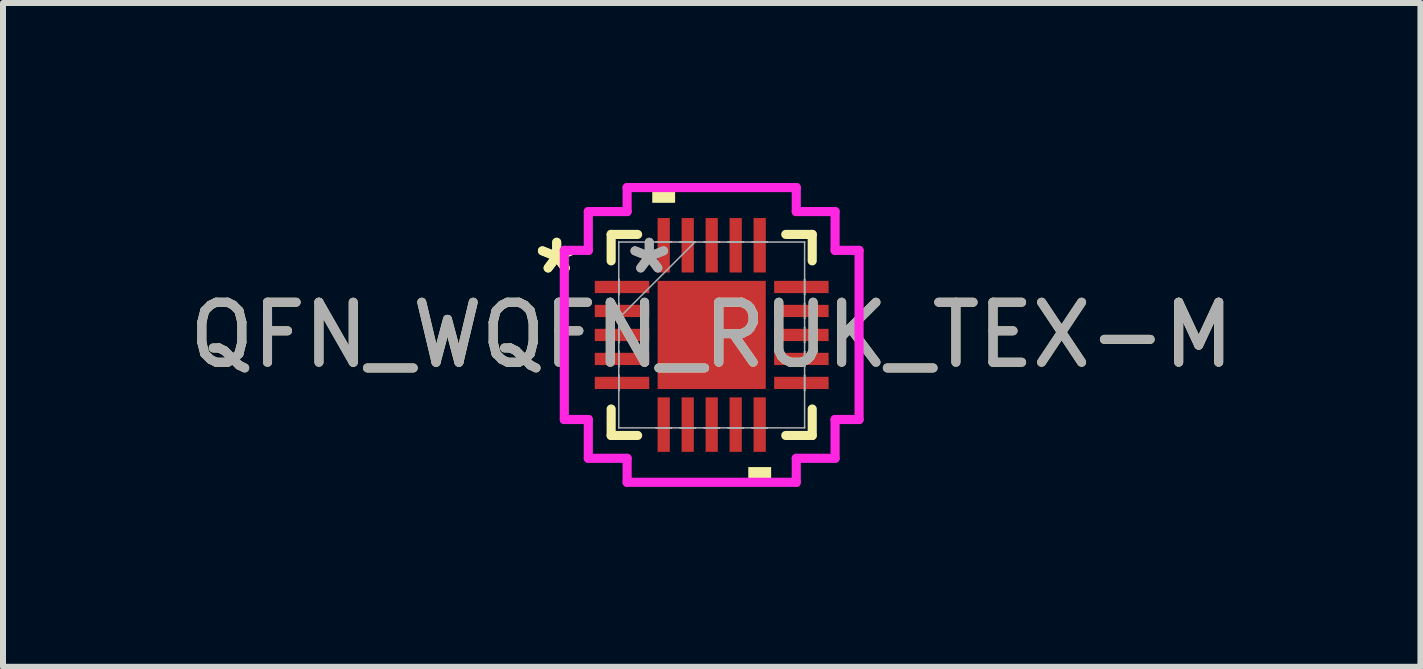
<source format=kicad_pcb>
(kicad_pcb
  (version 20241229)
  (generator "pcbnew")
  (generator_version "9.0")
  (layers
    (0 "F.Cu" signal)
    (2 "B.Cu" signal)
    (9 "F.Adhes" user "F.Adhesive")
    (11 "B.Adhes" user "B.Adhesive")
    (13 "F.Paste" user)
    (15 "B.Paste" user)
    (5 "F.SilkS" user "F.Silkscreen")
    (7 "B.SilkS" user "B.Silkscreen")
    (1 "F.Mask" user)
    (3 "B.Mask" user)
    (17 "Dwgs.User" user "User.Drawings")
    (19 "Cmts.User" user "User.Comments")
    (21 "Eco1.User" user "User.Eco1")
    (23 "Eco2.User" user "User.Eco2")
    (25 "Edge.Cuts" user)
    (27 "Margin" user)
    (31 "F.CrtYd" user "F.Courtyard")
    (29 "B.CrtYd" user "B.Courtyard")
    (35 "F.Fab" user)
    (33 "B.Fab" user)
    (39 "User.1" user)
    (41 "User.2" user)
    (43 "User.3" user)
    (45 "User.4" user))
  (footprint "QFN_WQFN_RUK_TEX-M"
    (layer "F.Cu")
    (at 8.815 2.534)
    (property "Reference" "QFN_WQFN_RUK_TEX-M" (at 0 0 0) (unlocked yes) (layer "F.SilkS") (effects (font (size 1 1) (thickness 0.15))))
    (attr smd)
    (fp_line (start -1.676 -1.676) (end -1.676 -1.235) (stroke (width 0.152) (type solid)) (layer "F.SilkS"))
    (fp_line (start -1.676 1.235) (end -1.676 1.676) (stroke (width 0.152) (type solid)) (layer "F.SilkS"))
    (fp_line (start -1.676 1.676) (end -1.235 1.676) (stroke (width 0.152) (type solid)) (layer "F.SilkS"))
    (fp_line (start -1.235 -1.676) (end -1.676 -1.676) (stroke (width 0.152) (type solid)) (layer "F.SilkS"))
    (fp_line (start 1.235 1.676) (end 1.676 1.676) (stroke (width 0.152) (type solid)) (layer "F.SilkS"))
    (fp_line (start 1.676 -1.676) (end 1.235 -1.676) (stroke (width 0.152) (type solid)) (layer "F.SilkS"))
    (fp_line (start 1.676 -1.235) (end 1.676 -1.676) (stroke (width 0.152) (type solid)) (layer "F.SilkS"))
    (fp_line (start 1.676 1.676) (end 1.676 1.235) (stroke (width 0.152) (type solid)) (layer "F.SilkS"))
    (fp_poly (pts (xy -0.991 -2.203) (xy -0.991 -2.457) (xy -0.61 -2.457) (xy -0.61 -2.203)) (stroke (width 0) (type solid)) (fill yes) (layer "F.SilkS"))
    (fp_poly (pts (xy 0.61 2.203) (xy 0.61 2.457) (xy 0.991 2.457) (xy 0.991 2.203)) (stroke (width 0) (type solid)) (fill yes) (layer "F.SilkS"))
    (fp_line (start -2.457 -1.41) (end -2.057 -1.41) (stroke (width 0.152) (type solid)) (layer "F.CrtYd"))
    (fp_line (start -2.457 1.41) (end -2.457 -1.41) (stroke (width 0.152) (type solid)) (layer "F.CrtYd"))
    (fp_line (start -2.057 -2.057) (end -1.41 -2.057) (stroke (width 0.152) (type solid)) (layer "F.CrtYd"))
    (fp_line (start -2.057 -1.41) (end -2.057 -2.057) (stroke (width 0.152) (type solid)) (layer "F.CrtYd"))
    (fp_line (start -2.057 1.41) (end -2.457 1.41) (stroke (width 0.152) (type solid)) (layer "F.CrtYd"))
    (fp_line (start -2.057 2.057) (end -2.057 1.41) (stroke (width 0.152) (type solid)) (layer "F.CrtYd"))
    (fp_line (start -1.41 -2.457) (end 1.41 -2.457) (stroke (width 0.152) (type solid)) (layer "F.CrtYd"))
    (fp_line (start -1.41 -2.057) (end -1.41 -2.457) (stroke (width 0.152) (type solid)) (layer "F.CrtYd"))
    (fp_line (start -1.41 2.057) (end -2.057 2.057) (stroke (width 0.152) (type solid)) (layer "F.CrtYd"))
    (fp_line (start -1.41 2.457) (end -1.41 2.057) (stroke (width 0.152) (type solid)) (layer "F.CrtYd"))
    (fp_line (start 1.41 -2.457) (end 1.41 -2.057) (stroke (width 0.152) (type solid)) (layer "F.CrtYd"))
    (fp_line (start 1.41 -2.057) (end 2.057 -2.057) (stroke (width 0.152) (type solid)) (layer "F.CrtYd"))
    (fp_line (start 1.41 2.057) (end 1.41 2.457) (stroke (width 0.152) (type solid)) (layer "F.CrtYd"))
    (fp_line (start 1.41 2.457) (end -1.41 2.457) (stroke (width 0.152) (type solid)) (layer "F.CrtYd"))
    (fp_line (start 2.057 -2.057) (end 2.057 -1.41) (stroke (width 0.152) (type solid)) (layer "F.CrtYd"))
    (fp_line (start 2.057 -1.41) (end 2.457 -1.41) (stroke (width 0.152) (type solid)) (layer "F.CrtYd"))
    (fp_line (start 2.057 1.41) (end 2.057 2.057) (stroke (width 0.152) (type solid)) (layer "F.CrtYd"))
    (fp_line (start 2.057 2.057) (end 1.41 2.057) (stroke (width 0.152) (type solid)) (layer "F.CrtYd"))
    (fp_line (start 2.457 -1.41) (end 2.457 1.41) (stroke (width 0.152) (type solid)) (layer "F.CrtYd"))
    (fp_line (start 2.457 1.41) (end 2.057 1.41) (stroke (width 0.152) (type solid)) (layer "F.CrtYd"))
    (fp_line (start -1.549 -1.549) (end -1.549 -1.549) (stroke (width 0.025) (type solid)) (layer "F.Fab"))
    (fp_line (start -1.549 -1.549) (end -1.549 1.549) (stroke (width 0.025) (type solid)) (layer "F.Fab"))
    (fp_line (start -1.549 -0.927) (end -1.549 -0.927) (stroke (width 0.025) (type solid)) (layer "F.Fab"))
    (fp_line (start -1.549 -0.927) (end -1.549 -0.673) (stroke (width 0.025) (type solid)) (layer "F.Fab"))
    (fp_line (start -1.549 -0.673) (end -1.549 -0.927) (stroke (width 0.025) (type solid)) (layer "F.Fab"))
    (fp_line (start -1.549 -0.673) (end -1.549 -0.673) (stroke (width 0.025) (type solid)) (layer "F.Fab"))
    (fp_line (start -1.549 -0.527) (end -1.549 -0.527) (stroke (width 0.025) (type solid)) (layer "F.Fab"))
    (fp_line (start -1.549 -0.527) (end -1.549 -0.273) (stroke (width 0.025) (type solid)) (layer "F.Fab"))
    (fp_line (start -1.549 -0.279) (end -0.279 -1.549) (stroke (width 0.025) (type solid)) (layer "F.Fab"))
    (fp_line (start -1.549 -0.273) (end -1.549 -0.527) (stroke (width 0.025) (type solid)) (layer "F.Fab"))
    (fp_line (start -1.549 -0.273) (end -1.549 -0.273) (stroke (width 0.025) (type solid)) (layer "F.Fab"))
    (fp_line (start -1.549 -0.127) (end -1.549 -0.127) (stroke (width 0.025) (type solid)) (layer "F.Fab"))
    (fp_line (start -1.549 -0.127) (end -1.549 0.127) (stroke (width 0.025) (type solid)) (layer "F.Fab"))
    (fp_line (start -1.549 0.127) (end -1.549 -0.127) (stroke (width 0.025) (type solid)) (layer "F.Fab"))
    (fp_line (start -1.549 0.127) (end -1.549 0.127) (stroke (width 0.025) (type solid)) (layer "F.Fab"))
    (fp_line (start -1.549 0.273) (end -1.549 0.273) (stroke (width 0.025) (type solid)) (layer "F.Fab"))
    (fp_line (start -1.549 0.273) (end -1.549 0.527) (stroke (width 0.025) (type solid)) (layer "F.Fab"))
    (fp_line (start -1.549 0.527) (end -1.549 0.273) (stroke (width 0.025) (type solid)) (layer "F.Fab"))
    (fp_line (start -1.549 0.527) (end -1.549 0.527) (stroke (width 0.025) (type solid)) (layer "F.Fab"))
    (fp_line (start -1.549 0.673) (end -1.549 0.673) (stroke (width 0.025) (type solid)) (layer "F.Fab"))
    (fp_line (start -1.549 0.673) (end -1.549 0.927) (stroke (width 0.025) (type solid)) (layer "F.Fab"))
    (fp_line (start -1.549 0.927) (end -1.549 0.673) (stroke (width 0.025) (type solid)) (layer "F.Fab"))
    (fp_line (start -1.549 0.927) (end -1.549 0.927) (stroke (width 0.025) (type solid)) (layer "F.Fab"))
    (fp_line (start -1.549 1.549) (end -1.549 1.549) (stroke (width 0.025) (type solid)) (layer "F.Fab"))
    (fp_line (start -1.549 1.549) (end 1.549 1.549) (stroke (width 0.025) (type solid)) (layer "F.Fab"))
    (fp_line (start -0.927 -1.549) (end -0.927 -1.549) (stroke (width 0.025) (type solid)) (layer "F.Fab"))
    (fp_line (start -0.927 -1.549) (end -0.673 -1.549) (stroke (width 0.025) (type solid)) (layer "F.Fab"))
    (fp_line (start -0.927 1.549) (end -0.927 1.549) (stroke (width 0.025) (type solid)) (layer "F.Fab"))
    (fp_line (start -0.927 1.549) (end -0.673 1.549) (stroke (width 0.025) (type solid)) (layer "F.Fab"))
    (fp_line (start -0.673 -1.549) (end -0.927 -1.549) (stroke (width 0.025) (type solid)) (layer "F.Fab"))
    (fp_line (start -0.673 -1.549) (end -0.673 -1.549) (stroke (width 0.025) (type solid)) (layer "F.Fab"))
    (fp_line (start -0.673 1.549) (end -0.927 1.549) (stroke (width 0.025) (type solid)) (layer "F.Fab"))
    (fp_line (start -0.673 1.549) (end -0.673 1.549) (stroke (width 0.025) (type solid)) (layer "F.Fab"))
    (fp_line (start -0.527 -1.549) (end -0.527 -1.549) (stroke (width 0.025) (type solid)) (layer "F.Fab"))
    (fp_line (start -0.527 -1.549) (end -0.273 -1.549) (stroke (width 0.025) (type solid)) (layer "F.Fab"))
    (fp_line (start -0.527 1.549) (end -0.527 1.549) (stroke (width 0.025) (type solid)) (layer "F.Fab"))
    (fp_line (start -0.527 1.549) (end -0.273 1.549) (stroke (width 0.025) (type solid)) (layer "F.Fab"))
    (fp_line (start -0.273 -1.549) (end -0.527 -1.549) (stroke (width 0.025) (type solid)) (layer "F.Fab"))
    (fp_line (start -0.273 -1.549) (end -0.273 -1.549) (stroke (width 0.025) (type solid)) (layer "F.Fab"))
    (fp_line (start -0.273 1.549) (end -0.527 1.549) (stroke (width 0.025) (type solid)) (layer "F.Fab"))
    (fp_line (start -0.273 1.549) (end -0.273 1.549) (stroke (width 0.025) (type solid)) (layer "F.Fab"))
    (fp_line (start -0.127 -1.549) (end -0.127 -1.549) (stroke (width 0.025) (type solid)) (layer "F.Fab"))
    (fp_line (start -0.127 -1.549) (end 0.127 -1.549) (stroke (width 0.025) (type solid)) (layer "F.Fab"))
    (fp_line (start -0.127 1.549) (end -0.127 1.549) (stroke (width 0.025) (type solid)) (layer "F.Fab"))
    (fp_line (start -0.127 1.549) (end 0.127 1.549) (stroke (width 0.025) (type solid)) (layer "F.Fab"))
    (fp_line (start 0.127 -1.549) (end -0.127 -1.549) (stroke (width 0.025) (type solid)) (layer "F.Fab"))
    (fp_line (start 0.127 -1.549) (end 0.127 -1.549) (stroke (width 0.025) (type solid)) (layer "F.Fab"))
    (fp_line (start 0.127 1.549) (end -0.127 1.549) (stroke (width 0.025) (type solid)) (layer "F.Fab"))
    (fp_line (start 0.127 1.549) (end 0.127 1.549) (stroke (width 0.025) (type solid)) (layer "F.Fab"))
    (fp_line (start 0.273 -1.549) (end 0.273 -1.549) (stroke (width 0.025) (type solid)) (layer "F.Fab"))
    (fp_line (start 0.273 -1.549) (end 0.527 -1.549) (stroke (width 0.025) (type solid)) (layer "F.Fab"))
    (fp_line (start 0.273 1.549) (end 0.273 1.549) (stroke (width 0.025) (type solid)) (layer "F.Fab"))
    (fp_line (start 0.273 1.549) (end 0.527 1.549) (stroke (width 0.025) (type solid)) (layer "F.Fab"))
    (fp_line (start 0.527 -1.549) (end 0.273 -1.549) (stroke (width 0.025) (type solid)) (layer "F.Fab"))
    (fp_line (start 0.527 -1.549) (end 0.527 -1.549) (stroke (width 0.025) (type solid)) (layer "F.Fab"))
    (fp_line (start 0.527 1.549) (end 0.273 1.549) (stroke (width 0.025) (type solid)) (layer "F.Fab"))
    (fp_line (start 0.527 1.549) (end 0.527 1.549) (stroke (width 0.025) (type solid)) (layer "F.Fab"))
    (fp_line (start 0.673 -1.549) (end 0.673 -1.549) (stroke (width 0.025) (type solid)) (layer "F.Fab"))
    (fp_line (start 0.673 -1.549) (end 0.927 -1.549) (stroke (width 0.025) (type solid)) (layer "F.Fab"))
    (fp_line (start 0.673 1.549) (end 0.673 1.549) (stroke (width 0.025) (type solid)) (layer "F.Fab"))
    (fp_line (start 0.673 1.549) (end 0.927 1.549) (stroke (width 0.025) (type solid)) (layer "F.Fab"))
    (fp_line (start 0.927 -1.549) (end 0.673 -1.549) (stroke (width 0.025) (type solid)) (layer "F.Fab"))
    (fp_line (start 0.927 -1.549) (end 0.927 -1.549) (stroke (width 0.025) (type solid)) (layer "F.Fab"))
    (fp_line (start 0.927 1.549) (end 0.673 1.549) (stroke (width 0.025) (type solid)) (layer "F.Fab"))
    (fp_line (start 0.927 1.549) (end 0.927 1.549) (stroke (width 0.025) (type solid)) (layer "F.Fab"))
    (fp_line (start 1.549 -1.549) (end -1.549 -1.549) (stroke (width 0.025) (type solid)) (layer "F.Fab"))
    (fp_line (start 1.549 -1.549) (end 1.549 -1.549) (stroke (width 0.025) (type solid)) (layer "F.Fab"))
    (fp_line (start 1.549 -0.927) (end 1.549 -0.927) (stroke (width 0.025) (type solid)) (layer "F.Fab"))
    (fp_line (start 1.549 -0.927) (end 1.549 -0.673) (stroke (width 0.025) (type solid)) (layer "F.Fab"))
    (fp_line (start 1.549 -0.673) (end 1.549 -0.927) (stroke (width 0.025) (type solid)) (layer "F.Fab"))
    (fp_line (start 1.549 -0.673) (end 1.549 -0.673) (stroke (width 0.025) (type solid)) (layer "F.Fab"))
    (fp_line (start 1.549 -0.527) (end 1.549 -0.527) (stroke (width 0.025) (type solid)) (layer "F.Fab"))
    (fp_line (start 1.549 -0.527) (end 1.549 -0.273) (stroke (width 0.025) (type solid)) (layer "F.Fab"))
    (fp_line (start 1.549 -0.273) (end 1.549 -0.527) (stroke (width 0.025) (type solid)) (layer "F.Fab"))
    (fp_line (start 1.549 -0.273) (end 1.549 -0.273) (stroke (width 0.025) (type solid)) (layer "F.Fab"))
    (fp_line (start 1.549 -0.127) (end 1.549 -0.127) (stroke (width 0.025) (type solid)) (layer "F.Fab"))
    (fp_line (start 1.549 -0.127) (end 1.549 0.127) (stroke (width 0.025) (type solid)) (layer "F.Fab"))
    (fp_line (start 1.549 0.127) (end 1.549 -0.127) (stroke (width 0.025) (type solid)) (layer "F.Fab"))
    (fp_line (start 1.549 0.127) (end 1.549 0.127) (stroke (width 0.025) (type solid)) (layer "F.Fab"))
    (fp_line (start 1.549 0.273) (end 1.549 0.273) (stroke (width 0.025) (type solid)) (layer "F.Fab"))
    (fp_line (start 1.549 0.273) (end 1.549 0.527) (stroke (width 0.025) (type solid)) (layer "F.Fab"))
    (fp_line (start 1.549 0.527) (end 1.549 0.273) (stroke (width 0.025) (type solid)) (layer "F.Fab"))
    (fp_line (start 1.549 0.527) (end 1.549 0.527) (stroke (width 0.025) (type solid)) (layer "F.Fab"))
    (fp_line (start 1.549 0.673) (end 1.549 0.673) (stroke (width 0.025) (type solid)) (layer "F.Fab"))
    (fp_line (start 1.549 0.673) (end 1.549 0.927) (stroke (width 0.025) (type solid)) (layer "F.Fab"))
    (fp_line (start 1.549 0.927) (end 1.549 0.673) (stroke (width 0.025) (type solid)) (layer "F.Fab"))
    (fp_line (start 1.549 0.927) (end 1.549 0.927) (stroke (width 0.025) (type solid)) (layer "F.Fab"))
    (fp_line (start 1.549 1.549) (end 1.549 -1.549) (stroke (width 0.025) (type solid)) (layer "F.Fab"))
    (fp_line (start 1.549 1.549) (end 1.549 1.549) (stroke (width 0.025) (type solid)) (layer "F.Fab"))
    (fp_text user "*" (at -2.584 -1 0) (unlocked yes) (layer "F.SilkS") (effects (font (size 1 1) (thickness 0.15))))
    (fp_text user "*" (at -2.584 -1 0) (layer "F.SilkS") (effects (font (size 1 1) (thickness 0.15))))
    (fp_text user "*" (at -1.041 -1 0) (unlocked yes) (layer "F.Fab") (effects (font (size 1 1) (thickness 0.15))))
    (fp_text user "*" (at -1.041 -1 0) (layer "F.Fab") (effects (font (size 1 1) (thickness 0.15))))
    (fp_text user "${REFERENCE}" (at 0 0 0) (unlocked yes) (layer "F.Fab") (effects (font (size 1 1) (thickness 0.15))))
    (pad "1" smd rect (at -1.495 -0.8 90) (size 0.204 0.908) (layers "F.Cu" "F.Mask" "F.Paste"))
    (pad "2" smd rect (at -1.495 -0.4 90) (size 0.204 0.908) (layers "F.Cu" "F.Mask" "F.Paste"))
    (pad "3" smd rect (at -1.495 0 90) (size 0.204 0.908) (layers "F.Cu" "F.Mask" "F.Paste"))
    (pad "4" smd rect (at -1.495 0.4 90) (size 0.204 0.908) (layers "F.Cu" "F.Mask" "F.Paste"))
    (pad "5" smd rect (at -1.495 0.8 90) (size 0.204 0.908) (layers "F.Cu" "F.Mask" "F.Paste"))
    (pad "6" smd rect (at -0.8 1.495) (size 0.204 0.908) (layers "F.Cu" "F.Mask" "F.Paste"))
    (pad "7" smd rect (at -0.4 1.495) (size 0.204 0.908) (layers "F.Cu" "F.Mask" "F.Paste"))
    (pad "8" smd rect (at 0 1.495) (size 0.204 0.908) (layers "F.Cu" "F.Mask" "F.Paste"))
    (pad "9" smd rect (at 0.4 1.495) (size 0.204 0.908) (layers "F.Cu" "F.Mask" "F.Paste"))
    (pad "10" smd rect (at 0.8 1.495) (size 0.204 0.908) (layers "F.Cu" "F.Mask" "F.Paste"))
    (pad "11" smd rect (at 1.495 0.8 90) (size 0.204 0.908) (layers "F.Cu" "F.Mask" "F.Paste"))
    (pad "12" smd rect (at 1.495 0.4 90) (size 0.204 0.908) (layers "F.Cu" "F.Mask" "F.Paste"))
    (pad "13" smd rect (at 1.495 0 90) (size 0.204 0.908) (layers "F.Cu" "F.Mask" "F.Paste"))
    (pad "14" smd rect (at 1.495 -0.4 90) (size 0.204 0.908) (layers "F.Cu" "F.Mask" "F.Paste"))
    (pad "15" smd rect (at 1.495 -0.8 90) (size 0.204 0.908) (layers "F.Cu" "F.Mask" "F.Paste"))
    (pad "16" smd rect (at 0.8 -1.495) (size 0.204 0.908) (layers "F.Cu" "F.Mask" "F.Paste"))
    (pad "17" smd rect (at 0.4 -1.495) (size 0.204 0.908) (layers "F.Cu" "F.Mask" "F.Paste"))
    (pad "18" smd rect (at 0 -1.495) (size 0.204 0.908) (layers "F.Cu" "F.Mask" "F.Paste"))
    (pad "19" smd rect (at -0.4 -1.495) (size 0.204 0.908) (layers "F.Cu" "F.Mask" "F.Paste"))
    (pad "20" smd rect (at -0.8 -1.495) (size 0.204 0.908) (layers "F.Cu" "F.Mask" "F.Paste"))
    (pad "21" smd rect (at 0 0) (size 1.803 1.803) (layers "F.Cu" "F.Mask" "F.Paste")))
  (gr_rect
    (start -3 -3)
    (end 20.631 8.067)
    (stroke (width 0.1) (type default))
    (fill no)
    (layer "Edge.Cuts")))
</source>
